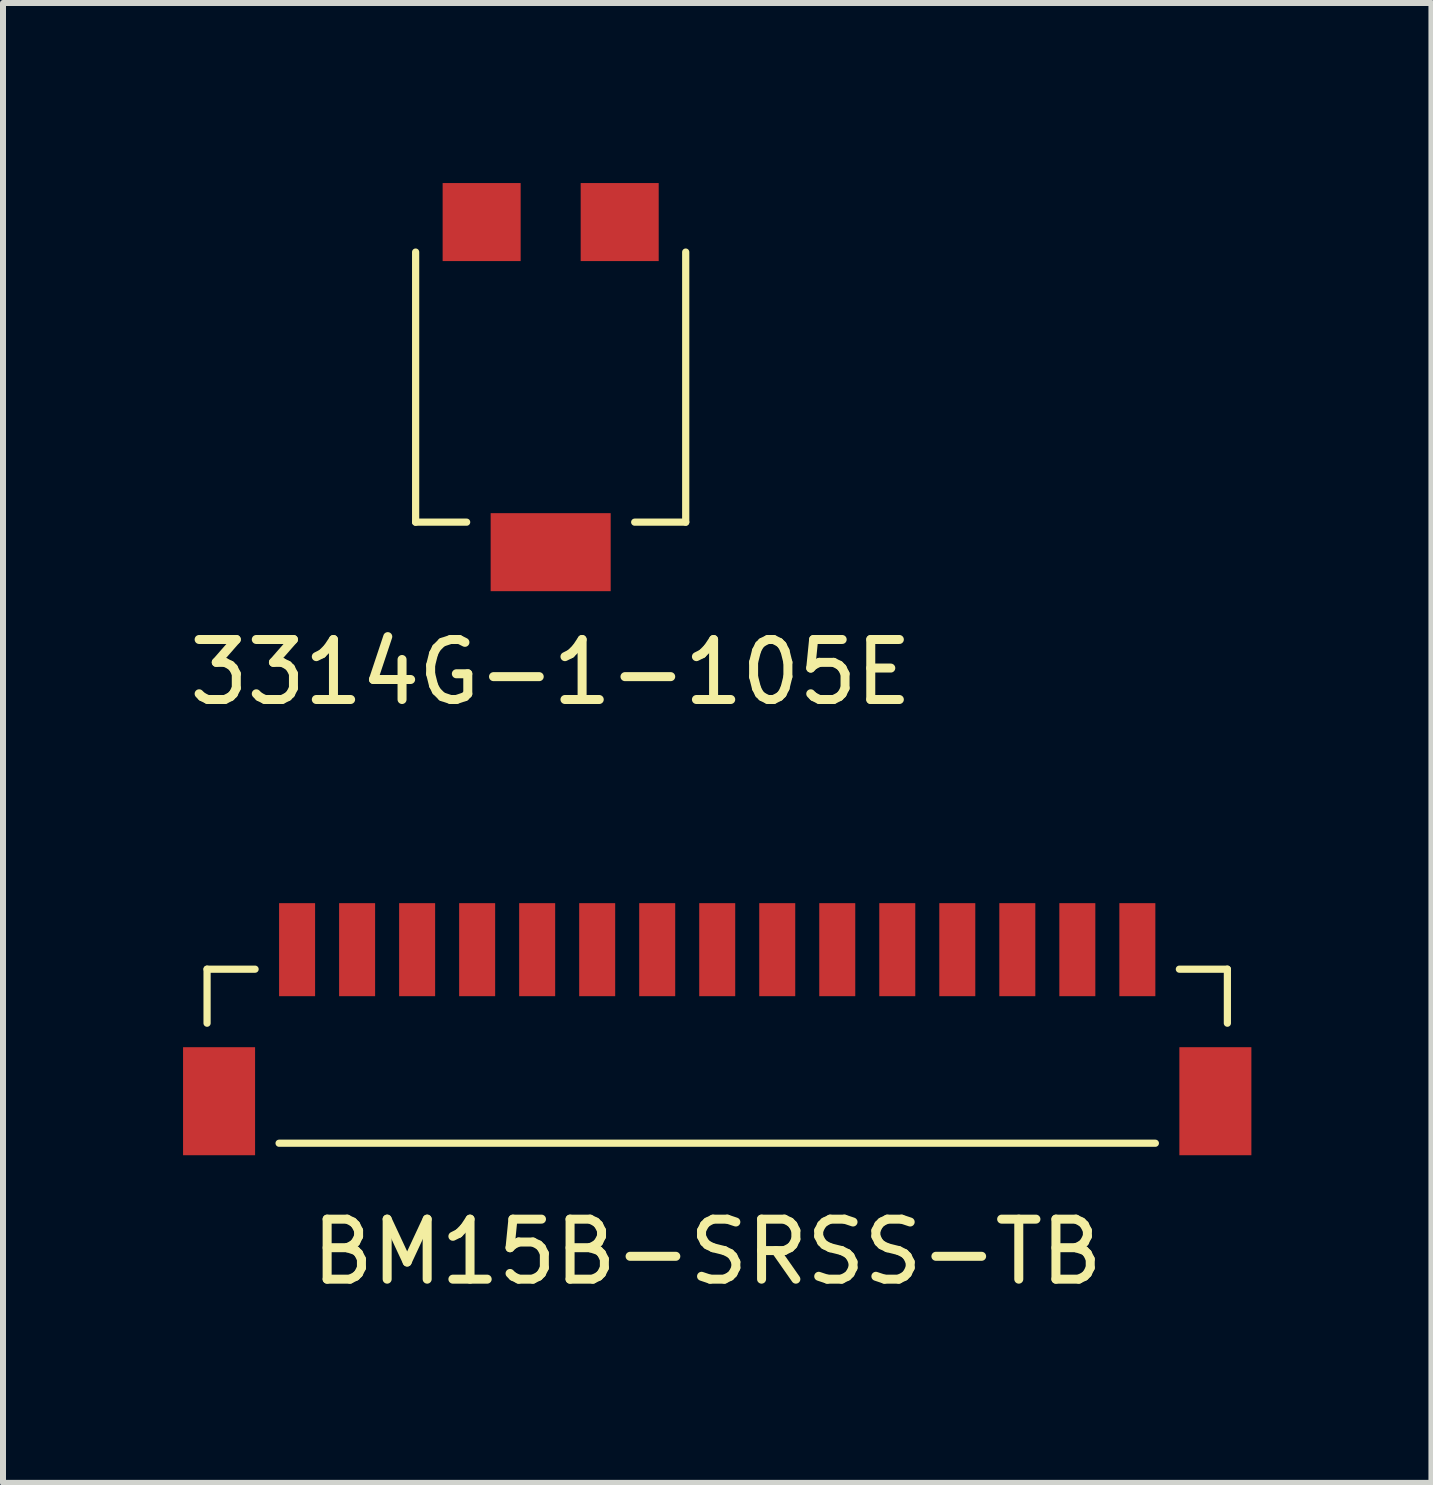
<source format=kicad_pcb>
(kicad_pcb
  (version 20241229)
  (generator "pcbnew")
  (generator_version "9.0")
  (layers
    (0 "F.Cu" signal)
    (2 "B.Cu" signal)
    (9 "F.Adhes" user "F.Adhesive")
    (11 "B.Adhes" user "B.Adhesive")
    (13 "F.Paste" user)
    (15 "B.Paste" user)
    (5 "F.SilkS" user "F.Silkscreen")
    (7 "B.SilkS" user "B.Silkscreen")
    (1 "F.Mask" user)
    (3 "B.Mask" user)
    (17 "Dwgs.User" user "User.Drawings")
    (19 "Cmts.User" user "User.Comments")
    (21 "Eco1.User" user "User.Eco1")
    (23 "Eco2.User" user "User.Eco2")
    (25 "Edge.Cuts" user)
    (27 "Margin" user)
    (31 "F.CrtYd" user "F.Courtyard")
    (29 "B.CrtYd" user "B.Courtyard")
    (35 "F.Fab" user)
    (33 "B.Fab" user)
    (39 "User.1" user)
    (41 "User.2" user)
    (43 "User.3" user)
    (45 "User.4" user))
  (footprint "BM15B-SRSS-TB"
    (layer "F.Cu")
    (at 8.734 14.252)
    (property "Reference" "BM15B-SRSS-TB" (at 0 3.556 0) (layer "F.SilkS") (effects (font (size 1 1) (thickness 0.15))))
    (attr smd)
    (fp_line (start -8.334 -1.154) (end -7.534 -1.154) (stroke (width 0.12) (type solid)) (layer "F.SilkS"))
    (fp_line (start -8.334 -0.254) (end -8.334 -1.154) (stroke (width 0.12) (type solid)) (layer "F.SilkS"))
    (fp_line (start 7.466 1.746) (end -7.134 1.746) (stroke (width 0.12) (type solid)) (layer "F.SilkS"))
    (fp_line (start 7.866 -1.154) (end 8.666 -1.154) (stroke (width 0.12) (type solid)) (layer "F.SilkS"))
    (fp_line (start 8.666 -1.154) (end 8.666 -0.254) (stroke (width 0.12) (type solid)) (layer "F.SilkS"))
    (pad "" smd rect (at -8.134 1.046) (size 1.2 1.8) (layers "F.Cu" "F.Mask" "F.Paste"))
    (pad "" smd rect (at 8.466 1.046) (size 1.2 1.8) (layers "F.Cu" "F.Mask" "F.Paste"))
    (pad "1" smd rect (at -6.834 -1.479) (size 0.6 1.55) (layers "F.Cu" "F.Mask" "F.Paste"))
    (pad "2" smd rect (at -5.834 -1.479) (size 0.6 1.55) (layers "F.Cu" "F.Mask" "F.Paste"))
    (pad "3" smd rect (at -4.834 -1.479) (size 0.6 1.55) (layers "F.Cu" "F.Mask" "F.Paste"))
    (pad "4" smd rect (at -3.834 -1.479) (size 0.6 1.55) (layers "F.Cu" "F.Mask" "F.Paste"))
    (pad "5" smd rect (at -2.834 -1.479) (size 0.6 1.55) (layers "F.Cu" "F.Mask" "F.Paste"))
    (pad "6" smd rect (at -1.834 -1.479) (size 0.6 1.55) (layers "F.Cu" "F.Mask" "F.Paste"))
    (pad "7" smd rect (at -0.834 -1.479) (size 0.6 1.55) (layers "F.Cu" "F.Mask" "F.Paste"))
    (pad "8" smd rect (at 0.166 -1.479) (size 0.6 1.55) (layers "F.Cu" "F.Mask" "F.Paste"))
    (pad "9" smd rect (at 1.166 -1.479) (size 0.6 1.55) (layers "F.Cu" "F.Mask" "F.Paste"))
    (pad "10" smd rect (at 2.166 -1.479) (size 0.6 1.55) (layers "F.Cu" "F.Mask" "F.Paste"))
    (pad "11" smd rect (at 3.166 -1.479) (size 0.6 1.55) (layers "F.Cu" "F.Mask" "F.Paste"))
    (pad "12" smd rect (at 4.166 -1.479) (size 0.6 1.55) (layers "F.Cu" "F.Mask" "F.Paste"))
    (pad "13" smd rect (at 5.166 -1.479) (size 0.6 1.55) (layers "F.Cu" "F.Mask" "F.Paste"))
    (pad "14" smd rect (at 6.166 -1.479) (size 0.6 1.55) (layers "F.Cu" "F.Mask" "F.Paste"))
    (pad "15" smd rect (at 7.166 -1.479) (size 0.6 1.55) (layers "F.Cu" "F.Mask" "F.Paste")))
  (footprint "3314G-1-105E"
    (layer "F.Cu")
    (at 6.125 3.4)
    (property "Reference" "3314G-1-105E" (at 0 4.75 0) (layer "F.SilkS") (effects (font (size 1 1) (thickness 0.15))))
    (attr smd)
    (fp_line (start -2.25 -2.25) (end -2.25 2.25) (stroke (width 0.12) (type solid)) (layer "F.SilkS"))
    (fp_line (start -2.25 2.25) (end -1.4 2.25) (stroke (width 0.12) (type solid)) (layer "F.SilkS"))
    (fp_line (start 2.25 2.25) (end 1.4 2.25) (stroke (width 0.12) (type solid)) (layer "F.SilkS"))
    (fp_line (start 2.25 2.25) (end 2.25 -2.25) (stroke (width 0.12) (type solid)) (layer "F.SilkS"))
    (pad "1" smd rect (at 0 2.75) (size 2 1.3) (layers "F.Cu" "F.Mask" "F.Paste"))
    (pad "2" smd rect (at -1.15 -2.75) (size 1.3 1.3) (layers "F.Cu" "F.Mask" "F.Paste"))
    (pad "3" smd rect (at 1.15 -2.75) (size 1.3 1.3) (layers "F.Cu" "F.Mask" "F.Paste")))
  (gr_rect
    (start -3 -3)
    (end 20.8 21.657)
    (stroke (width 0.1) (type default))
    (fill no)
    (layer "Edge.Cuts")))
</source>
